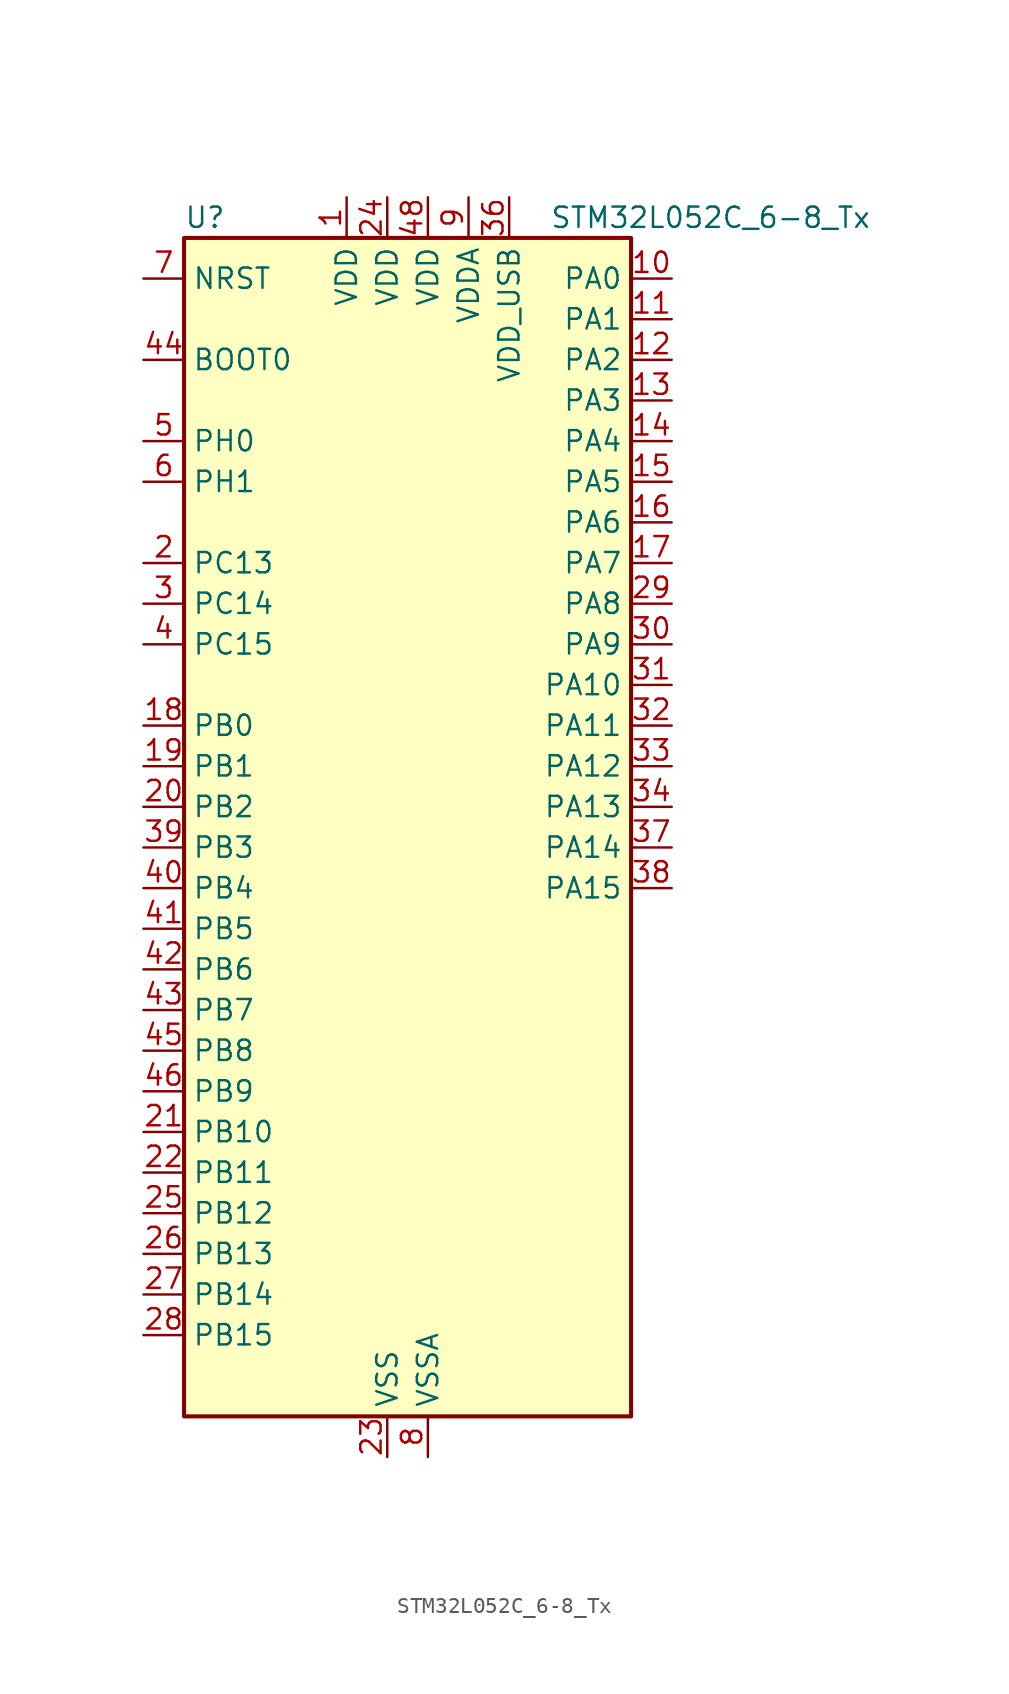
<source format=kicad_sym>
(kicad_symbol_lib
  (version 20220914)
  (generator kicad_symbol_editor)
  (symbol "STM32L052C_6-8_Tx"
    (property "Reference" "U"
      (at -12.7 39.37 0)
      (effects (font (size 1.27 1.27)) (justify left)))
    (property "Value" "STM32L052C_6-8_Tx"
      (at 10.16 39.37 0)
      (effects (font (size 1.27 1.27)) (justify left)))
    (property "ki_locked" ""
      (at 0 0 0)
      (effects (font (size 1.27 1.27))))
    (symbol "STM32L052C_6-8_Tx_0_1"
      (rectangle (start -12.7 -35.56) (end 15.24 38.1) (stroke (width 0.254) (type default)) (fill (type background))))
    (symbol "STM32L052C_6-8_Tx_1_1"
      (pin power_in line (at -2.54 40.64 270) (length 2.54) (name "VDD" (effects (font (size 1.27 1.27)))) (number "1" (effects (font (size 1.27 1.27)))))
      (pin bidirectional line (at 17.78 35.56 180) (length 2.54) (name "PA0" (effects (font (size 1.27 1.27)))) (number "10" (effects (font (size 1.27 1.27)))) (alternate "ADC_IN0" bidirectional line) (alternate "COMP1_INM" bidirectional line) (alternate "COMP1_OUT" bidirectional line) (alternate "RTC_TAMP2" bidirectional line) (alternate "SYS_WKUP1" bidirectional line) (alternate "TIM2_CH1" bidirectional line) (alternate "TIM2_ETR" bidirectional line) (alternate "TSC_G1_IO1" bidirectional line) (alternate "USART2_CTS" bidirectional line))
      (pin bidirectional line (at 17.78 33.02 180) (length 2.54) (name "PA1" (effects (font (size 1.27 1.27)))) (number "11" (effects (font (size 1.27 1.27)))) (alternate "ADC_IN1" bidirectional line) (alternate "COMP1_INP" bidirectional line) (alternate "TIM21_ETR" bidirectional line) (alternate "TIM2_CH2" bidirectional line) (alternate "TSC_G1_IO2" bidirectional line) (alternate "USART2_DE" bidirectional line) (alternate "USART2_RTS" bidirectional line))
      (pin bidirectional line (at 17.78 30.48 180) (length 2.54) (name "PA2" (effects (font (size 1.27 1.27)))) (number "12" (effects (font (size 1.27 1.27)))) (alternate "ADC_IN2" bidirectional line) (alternate "COMP2_INM" bidirectional line) (alternate "COMP2_OUT" bidirectional line) (alternate "TIM21_CH1" bidirectional line) (alternate "TIM2_CH3" bidirectional line) (alternate "TSC_G1_IO3" bidirectional line) (alternate "USART2_TX" bidirectional line))
      (pin bidirectional line (at 17.78 27.94 180) (length 2.54) (name "PA3" (effects (font (size 1.27 1.27)))) (number "13" (effects (font (size 1.27 1.27)))) (alternate "ADC_IN3" bidirectional line) (alternate "COMP2_INP" bidirectional line) (alternate "TIM21_CH2" bidirectional line) (alternate "TIM2_CH4" bidirectional line) (alternate "TSC_G1_IO4" bidirectional line) (alternate "USART2_RX" bidirectional line))
      (pin bidirectional line (at 17.78 25.4 180) (length 2.54) (name "PA4" (effects (font (size 1.27 1.27)))) (number "14" (effects (font (size 1.27 1.27)))) (alternate "ADC_IN4" bidirectional line) (alternate "COMP1_INM" bidirectional line) (alternate "COMP2_INM" bidirectional line) (alternate "DAC_OUT1" bidirectional line) (alternate "SPI1_NSS" bidirectional line) (alternate "TIM22_ETR" bidirectional line) (alternate "TSC_G2_IO1" bidirectional line) (alternate "USART2_CK" bidirectional line))
      (pin bidirectional line (at 17.78 22.86 180) (length 2.54) (name "PA5" (effects (font (size 1.27 1.27)))) (number "15" (effects (font (size 1.27 1.27)))) (alternate "ADC_IN5" bidirectional line) (alternate "COMP1_INM" bidirectional line) (alternate "COMP2_INM" bidirectional line) (alternate "SPI1_SCK" bidirectional line) (alternate "TIM2_CH1" bidirectional line) (alternate "TIM2_ETR" bidirectional line) (alternate "TSC_G2_IO2" bidirectional line))
      (pin bidirectional line (at 17.78 20.32 180) (length 2.54) (name "PA6" (effects (font (size 1.27 1.27)))) (number "16" (effects (font (size 1.27 1.27)))) (alternate "ADC_IN6" bidirectional line) (alternate "COMP1_OUT" bidirectional line) (alternate "LPUART1_CTS" bidirectional line) (alternate "SPI1_MISO" bidirectional line) (alternate "TIM22_CH1" bidirectional line) (alternate "TSC_G2_IO3" bidirectional line))
      (pin bidirectional line (at 17.78 17.78 180) (length 2.54) (name "PA7" (effects (font (size 1.27 1.27)))) (number "17" (effects (font (size 1.27 1.27)))) (alternate "ADC_IN7" bidirectional line) (alternate "COMP2_OUT" bidirectional line) (alternate "SPI1_MOSI" bidirectional line) (alternate "TIM22_CH2" bidirectional line) (alternate "TSC_G2_IO4" bidirectional line))
      (pin bidirectional line (at -15.24 7.62 0) (length 2.54) (name "PB0" (effects (font (size 1.27 1.27)))) (number "18" (effects (font (size 1.27 1.27)))) (alternate "ADC_IN8" bidirectional line) (alternate "SYS_VREF_OUT_PB0" bidirectional line) (alternate "TSC_G3_IO2" bidirectional line))
      (pin bidirectional line (at -15.24 5.08 0) (length 2.54) (name "PB1" (effects (font (size 1.27 1.27)))) (number "19" (effects (font (size 1.27 1.27)))) (alternate "ADC_IN9" bidirectional line) (alternate "LPUART1_DE" bidirectional line) (alternate "LPUART1_RTS" bidirectional line) (alternate "SYS_VREF_OUT_PB1" bidirectional line) (alternate "TSC_G3_IO3" bidirectional line))
      (pin bidirectional line (at -15.24 17.78 0) (length 2.54) (name "PC13" (effects (font (size 1.27 1.27)))) (number "2" (effects (font (size 1.27 1.27)))) (alternate "RTC_OUT_ALARM" bidirectional line) (alternate "RTC_OUT_CALIB" bidirectional line) (alternate "RTC_TAMP1" bidirectional line) (alternate "RTC_TS" bidirectional line) (alternate "SYS_WKUP2" bidirectional line))
      (pin bidirectional line (at -15.24 2.54 0) (length 2.54) (name "PB2" (effects (font (size 1.27 1.27)))) (number "20" (effects (font (size 1.27 1.27)))) (alternate "LPTIM1_OUT" bidirectional line) (alternate "TSC_G3_IO4" bidirectional line))
      (pin bidirectional line (at -15.24 -17.78 0) (length 2.54) (name "PB10" (effects (font (size 1.27 1.27)))) (number "21" (effects (font (size 1.27 1.27)))) (alternate "I2C2_SCL" bidirectional line) (alternate "LPUART1_TX" bidirectional line) (alternate "SPI2_SCK" bidirectional line) (alternate "TIM2_CH3" bidirectional line) (alternate "TSC_SYNC" bidirectional line))
      (pin bidirectional line (at -15.24 -20.32 0) (length 2.54) (name "PB11" (effects (font (size 1.27 1.27)))) (number "22" (effects (font (size 1.27 1.27)))) (alternate "ADC_EXTI11" bidirectional line) (alternate "I2C2_SDA" bidirectional line) (alternate "LPUART1_RX" bidirectional line) (alternate "TIM2_CH4" bidirectional line) (alternate "TSC_G6_IO1" bidirectional line))
      (pin power_in line (at 0 -38.1 90) (length 2.54) (name "VSS" (effects (font (size 1.27 1.27)))) (number "23" (effects (font (size 1.27 1.27)))))
      (pin power_in line (at 0 40.64 270) (length 2.54) (name "VDD" (effects (font (size 1.27 1.27)))) (number "24" (effects (font (size 1.27 1.27)))))
      (pin bidirectional line (at -15.24 -22.86 0) (length 2.54) (name "PB12" (effects (font (size 1.27 1.27)))) (number "25" (effects (font (size 1.27 1.27)))) (alternate "I2S2_WS" bidirectional line) (alternate "LPUART1_DE" bidirectional line) (alternate "LPUART1_RTS" bidirectional line) (alternate "SPI2_NSS" bidirectional line) (alternate "TSC_G6_IO2" bidirectional line))
      (pin bidirectional line (at -15.24 -25.4 0) (length 2.54) (name "PB13" (effects (font (size 1.27 1.27)))) (number "26" (effects (font (size 1.27 1.27)))) (alternate "I2C2_SCL" bidirectional line) (alternate "I2S2_CK" bidirectional line) (alternate "LPUART1_CTS" bidirectional line) (alternate "SPI2_SCK" bidirectional line) (alternate "TIM21_CH1" bidirectional line) (alternate "TSC_G6_IO3" bidirectional line))
      (pin bidirectional line (at -15.24 -27.94 0) (length 2.54) (name "PB14" (effects (font (size 1.27 1.27)))) (number "27" (effects (font (size 1.27 1.27)))) (alternate "I2C2_SDA" bidirectional line) (alternate "I2S2_MCK" bidirectional line) (alternate "LPUART1_DE" bidirectional line) (alternate "LPUART1_RTS" bidirectional line) (alternate "RTC_OUT_ALARM" bidirectional line) (alternate "RTC_OUT_CALIB" bidirectional line) (alternate "SPI2_MISO" bidirectional line) (alternate "TIM21_CH2" bidirectional line) (alternate "TSC_G6_IO4" bidirectional line))
      (pin bidirectional line (at -15.24 -30.48 0) (length 2.54) (name "PB15" (effects (font (size 1.27 1.27)))) (number "28" (effects (font (size 1.27 1.27)))) (alternate "I2S2_SD" bidirectional line) (alternate "RTC_REFIN" bidirectional line) (alternate "SPI2_MOSI" bidirectional line))
      (pin bidirectional line (at 17.78 15.24 180) (length 2.54) (name "PA8" (effects (font (size 1.27 1.27)))) (number "29" (effects (font (size 1.27 1.27)))) (alternate "CRS_SYNC" bidirectional line) (alternate "RCC_MCO" bidirectional line) (alternate "USART1_CK" bidirectional line))
      (pin bidirectional line (at -15.24 15.24 0) (length 2.54) (name "PC14" (effects (font (size 1.27 1.27)))) (number "3" (effects (font (size 1.27 1.27)))) (alternate "RCC_OSC32_IN" bidirectional line))
      (pin bidirectional line (at 17.78 12.7 180) (length 2.54) (name "PA9" (effects (font (size 1.27 1.27)))) (number "30" (effects (font (size 1.27 1.27)))) (alternate "DAC_EXTI9" bidirectional line) (alternate "RCC_MCO" bidirectional line) (alternate "TSC_G4_IO1" bidirectional line) (alternate "USART1_TX" bidirectional line))
      (pin bidirectional line (at 17.78 10.16 180) (length 2.54) (name "PA10" (effects (font (size 1.27 1.27)))) (number "31" (effects (font (size 1.27 1.27)))) (alternate "TSC_G4_IO2" bidirectional line) (alternate "USART1_RX" bidirectional line))
      (pin bidirectional line (at 17.78 7.62 180) (length 2.54) (name "PA11" (effects (font (size 1.27 1.27)))) (number "32" (effects (font (size 1.27 1.27)))) (alternate "ADC_EXTI11" bidirectional line) (alternate "COMP1_OUT" bidirectional line) (alternate "SPI1_MISO" bidirectional line) (alternate "TSC_G4_IO3" bidirectional line) (alternate "USART1_CTS" bidirectional line) (alternate "USB_DM" bidirectional line))
      (pin bidirectional line (at 17.78 5.08 180) (length 2.54) (name "PA12" (effects (font (size 1.27 1.27)))) (number "33" (effects (font (size 1.27 1.27)))) (alternate "COMP2_OUT" bidirectional line) (alternate "SPI1_MOSI" bidirectional line) (alternate "TSC_G4_IO4" bidirectional line) (alternate "USART1_DE" bidirectional line) (alternate "USART1_RTS" bidirectional line) (alternate "USB_DP" bidirectional line))
      (pin bidirectional line (at 17.78 2.54 180) (length 2.54) (name "PA13" (effects (font (size 1.27 1.27)))) (number "34" (effects (font (size 1.27 1.27)))) (alternate "SYS_SWDIO" bidirectional line) (alternate "USB_NOE" bidirectional line))
      (pin passive line (at 0 -38.1 90) (length 2.54) hide (name "VSS" (effects (font (size 1.27 1.27)))) (number "35" (effects (font (size 1.27 1.27)))))
      (pin power_in line (at 7.62 40.64 270) (length 2.54) (name "VDD_USB" (effects (font (size 1.27 1.27)))) (number "36" (effects (font (size 1.27 1.27)))))
      (pin bidirectional line (at 17.78 0 180) (length 2.54) (name "PA14" (effects (font (size 1.27 1.27)))) (number "37" (effects (font (size 1.27 1.27)))) (alternate "SYS_SWCLK" bidirectional line) (alternate "USART2_TX" bidirectional line))
      (pin bidirectional line (at 17.78 -2.54 180) (length 2.54) (name "PA15" (effects (font (size 1.27 1.27)))) (number "38" (effects (font (size 1.27 1.27)))) (alternate "SPI1_NSS" bidirectional line) (alternate "TIM2_CH1" bidirectional line) (alternate "TIM2_ETR" bidirectional line) (alternate "USART2_RX" bidirectional line))
      (pin bidirectional line (at -15.24 0 0) (length 2.54) (name "PB3" (effects (font (size 1.27 1.27)))) (number "39" (effects (font (size 1.27 1.27)))) (alternate "COMP2_INM" bidirectional line) (alternate "SPI1_SCK" bidirectional line) (alternate "TIM2_CH2" bidirectional line) (alternate "TSC_G5_IO1" bidirectional line))
      (pin bidirectional line (at -15.24 12.7 0) (length 2.54) (name "PC15" (effects (font (size 1.27 1.27)))) (number "4" (effects (font (size 1.27 1.27)))) (alternate "RCC_OSC32_OUT" bidirectional line))
      (pin bidirectional line (at -15.24 -2.54 0) (length 2.54) (name "PB4" (effects (font (size 1.27 1.27)))) (number "40" (effects (font (size 1.27 1.27)))) (alternate "COMP2_INP" bidirectional line) (alternate "SPI1_MISO" bidirectional line) (alternate "TIM22_CH1" bidirectional line) (alternate "TSC_G5_IO2" bidirectional line))
      (pin bidirectional line (at -15.24 -5.08 0) (length 2.54) (name "PB5" (effects (font (size 1.27 1.27)))) (number "41" (effects (font (size 1.27 1.27)))) (alternate "COMP2_INP" bidirectional line) (alternate "I2C1_SMBA" bidirectional line) (alternate "LPTIM1_IN1" bidirectional line) (alternate "SPI1_MOSI" bidirectional line) (alternate "TIM22_CH2" bidirectional line))
      (pin bidirectional line (at -15.24 -7.62 0) (length 2.54) (name "PB6" (effects (font (size 1.27 1.27)))) (number "42" (effects (font (size 1.27 1.27)))) (alternate "COMP2_INP" bidirectional line) (alternate "I2C1_SCL" bidirectional line) (alternate "LPTIM1_ETR" bidirectional line) (alternate "TSC_G5_IO3" bidirectional line) (alternate "USART1_TX" bidirectional line))
      (pin bidirectional line (at -15.24 -10.16 0) (length 2.54) (name "PB7" (effects (font (size 1.27 1.27)))) (number "43" (effects (font (size 1.27 1.27)))) (alternate "COMP2_INP" bidirectional line) (alternate "I2C1_SDA" bidirectional line) (alternate "LPTIM1_IN2" bidirectional line) (alternate "SYS_PVD_IN" bidirectional line) (alternate "TSC_G5_IO4" bidirectional line) (alternate "USART1_RX" bidirectional line))
      (pin input line (at -15.24 30.48 0) (length 2.54) (name "BOOT0" (effects (font (size 1.27 1.27)))) (number "44" (effects (font (size 1.27 1.27)))))
      (pin bidirectional line (at -15.24 -12.7 0) (length 2.54) (name "PB8" (effects (font (size 1.27 1.27)))) (number "45" (effects (font (size 1.27 1.27)))) (alternate "I2C1_SCL" bidirectional line) (alternate "TSC_SYNC" bidirectional line))
      (pin bidirectional line (at -15.24 -15.24 0) (length 2.54) (name "PB9" (effects (font (size 1.27 1.27)))) (number "46" (effects (font (size 1.27 1.27)))) (alternate "DAC_EXTI9" bidirectional line) (alternate "I2C1_SDA" bidirectional line) (alternate "I2S2_WS" bidirectional line) (alternate "SPI2_NSS" bidirectional line))
      (pin passive line (at 0 -38.1 90) (length 2.54) hide (name "VSS" (effects (font (size 1.27 1.27)))) (number "47" (effects (font (size 1.27 1.27)))))
      (pin power_in line (at 2.54 40.64 270) (length 2.54) (name "VDD" (effects (font (size 1.27 1.27)))) (number "48" (effects (font (size 1.27 1.27)))))
      (pin bidirectional line (at -15.24 25.4 0) (length 2.54) (name "PH0" (effects (font (size 1.27 1.27)))) (number "5" (effects (font (size 1.27 1.27)))) (alternate "CRS_SYNC" bidirectional line) (alternate "RCC_OSC_IN" bidirectional line))
      (pin bidirectional line (at -15.24 22.86 0) (length 2.54) (name "PH1" (effects (font (size 1.27 1.27)))) (number "6" (effects (font (size 1.27 1.27)))) (alternate "RCC_OSC_OUT" bidirectional line))
      (pin input line (at -15.24 35.56 0) (length 2.54) (name "NRST" (effects (font (size 1.27 1.27)))) (number "7" (effects (font (size 1.27 1.27)))))
      (pin power_in line (at 2.54 -38.1 90) (length 2.54) (name "VSSA" (effects (font (size 1.27 1.27)))) (number "8" (effects (font (size 1.27 1.27)))))
      (pin power_in line (at 5.08 40.64 270) (length 2.54) (name "VDDA" (effects (font (size 1.27 1.27)))) (number "9" (effects (font (size 1.27 1.27))))))))
</source>
